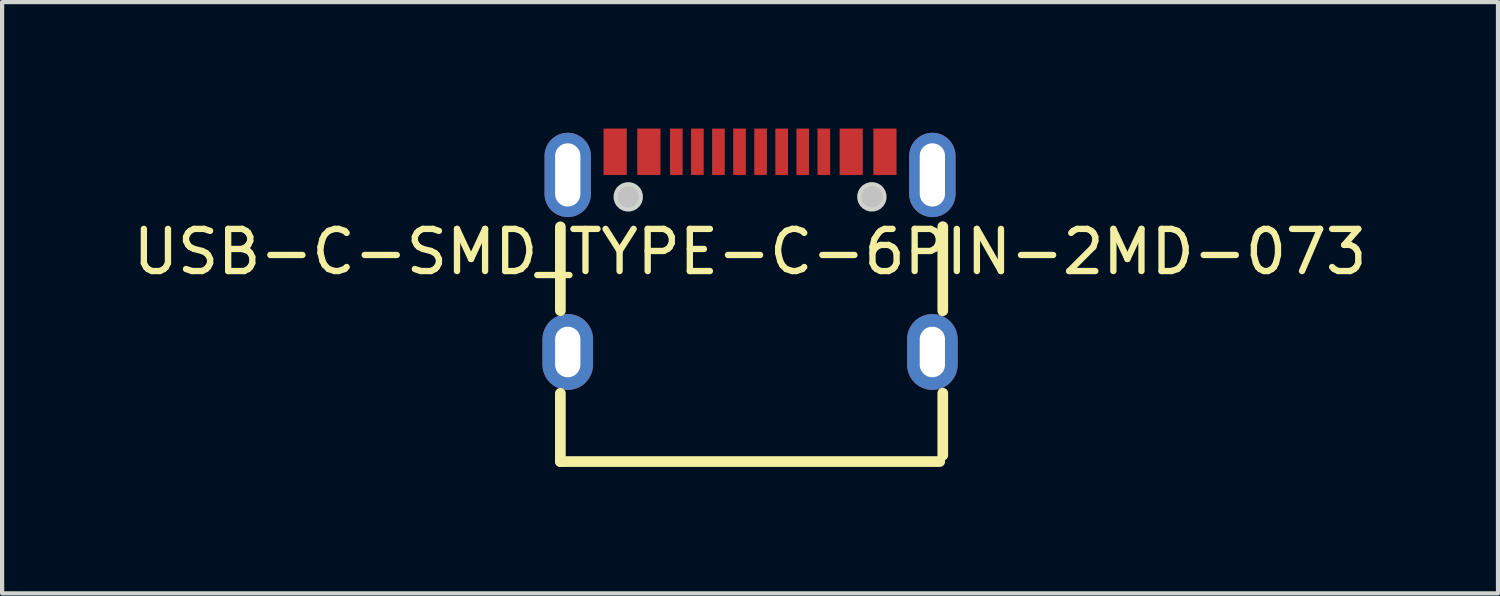
<source format=kicad_pcb>
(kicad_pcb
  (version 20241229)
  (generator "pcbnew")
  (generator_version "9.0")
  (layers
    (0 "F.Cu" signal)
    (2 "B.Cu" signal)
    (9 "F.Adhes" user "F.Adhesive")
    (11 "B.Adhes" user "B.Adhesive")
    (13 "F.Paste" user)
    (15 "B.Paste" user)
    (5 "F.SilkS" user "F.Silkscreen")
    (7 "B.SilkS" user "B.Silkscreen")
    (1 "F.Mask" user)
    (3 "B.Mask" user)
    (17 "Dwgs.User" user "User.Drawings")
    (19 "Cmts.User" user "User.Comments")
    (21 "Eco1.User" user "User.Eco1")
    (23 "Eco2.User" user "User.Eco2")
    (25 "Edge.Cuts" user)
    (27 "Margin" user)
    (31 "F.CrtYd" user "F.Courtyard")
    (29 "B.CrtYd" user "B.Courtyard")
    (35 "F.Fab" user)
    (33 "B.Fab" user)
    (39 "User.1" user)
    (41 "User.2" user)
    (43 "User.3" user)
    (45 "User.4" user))
  (footprint "USB-C-SMD_TYPE-C-6PIN-2MD-073"
    (layer "F.Cu")
    (at 14.744 2.925)
    (property "Reference" "USB-C-SMD_TYPE-C-6PIN-2MD-073" (at 0 0 0) (layer "F.SilkS") (effects (font (size 1 1) (thickness 0.15))))
    (fp_line (start -4.5 1.394) (end -4.5 -0.594) (stroke (width 0.254) (type default)) (layer "F.SilkS"))
    (fp_line (start -4.5 4.975) (end -4.5 3.356) (stroke (width 0.254) (type default)) (layer "F.SilkS"))
    (fp_line (start 4.5 4.975) (end -4.5 4.975) (stroke (width 0.254) (type default)) (layer "F.SilkS"))
    (fp_line (start 4.572 1.397) (end 4.572 -0.597) (stroke (width 0.254) (type default)) (layer "F.SilkS"))
    (fp_line (start 4.572 4.826) (end 4.572 3.353) (stroke (width 0.254) (type default)) (layer "F.SilkS"))
    (fp_poly (pts (xy -3.5 -2.925) (xy -3.5 -1.825) (xy -2.9 -1.825) (xy -2.9 -2.925)) (stroke (width 0) (type default)) (fill yes) (layer "F.Paste"))
    (fp_poly (pts (xy -2.7 -2.925) (xy -2.7 -1.825) (xy -2.1 -1.825) (xy -2.1 -2.925)) (stroke (width 0) (type default)) (fill yes) (layer "F.Paste"))
    (fp_poly (pts (xy -1.6 -1.825) (xy -1.6 -2.925) (xy -1.9 -2.925) (xy -1.9 -1.825)) (stroke (width 0) (type default)) (fill yes) (layer "F.Paste"))
    (fp_poly (pts (xy -1.1 -1.825) (xy -1.1 -2.925) (xy -1.4 -2.925) (xy -1.4 -1.825)) (stroke (width 0) (type default)) (fill yes) (layer "F.Paste"))
    (fp_poly (pts (xy -0.6 -1.825) (xy -0.6 -2.925) (xy -0.9 -2.925) (xy -0.9 -1.825)) (stroke (width 0) (type default)) (fill yes) (layer "F.Paste"))
    (fp_poly (pts (xy -0.1 -1.825) (xy -0.1 -2.925) (xy -0.4 -2.925) (xy -0.4 -1.825)) (stroke (width 0) (type default)) (fill yes) (layer "F.Paste"))
    (fp_poly (pts (xy 0.4 -1.825) (xy 0.4 -2.925) (xy 0.1 -2.925) (xy 0.1 -1.825)) (stroke (width 0) (type default)) (fill yes) (layer "F.Paste"))
    (fp_poly (pts (xy 0.9 -1.825) (xy 0.9 -2.925) (xy 0.6 -2.925) (xy 0.6 -1.825)) (stroke (width 0) (type default)) (fill yes) (layer "F.Paste"))
    (fp_poly (pts (xy 1.4 -1.825) (xy 1.4 -2.925) (xy 1.1 -2.925) (xy 1.1 -1.825)) (stroke (width 0) (type default)) (fill yes) (layer "F.Paste"))
    (fp_poly (pts (xy 1.6 -2.925) (xy 1.6 -1.825) (xy 1.9 -1.825) (xy 1.9 -2.925)) (stroke (width 0) (type default)) (fill yes) (layer "F.Paste"))
    (fp_poly (pts (xy 2.1 -2.925) (xy 2.1 -1.825) (xy 2.7 -1.825) (xy 2.7 -2.925)) (stroke (width 0) (type default)) (fill yes) (layer "F.Paste"))
    (fp_poly (pts (xy 3.5 -1.825) (xy 3.5 -2.925) (xy 2.9 -2.925) (xy 2.9 -1.825)) (stroke (width 0) (type default)) (fill yes) (layer "F.Paste"))
    (fp_poly (pts (xy -4.34 -2.825) (xy -4.37 -2.824) (xy -4.399 -2.821) (xy -4.429 -2.816) (xy -4.458 -2.81) (xy -4.487 -2.803) (xy -4.516 -2.794) (xy -4.544 -2.784) (xy -4.572 -2.772) (xy -4.598 -2.759) (xy -4.625 -2.744) (xy -4.651 -2.729) (xy -4.675 -2.712) (xy -4.699 -2.694) (xy -4.722 -2.675) (xy -4.744 -2.655) (xy -4.765 -2.633) (xy -4.785 -2.611) (xy -4.803 -2.587) (xy -4.821 -2.563) (xy -4.837 -2.538) (xy -4.852 -2.512) (xy -4.865 -2.486) (xy -4.878 -2.458) (xy -4.889 -2.43) (xy -4.899 -2.402) (xy -4.907 -2.373) (xy -4.913 -2.344) (xy -4.918 -2.314) (xy -4.922 -2.285) (xy -4.924 -2.255) (xy -4.925 -2.225) (xy -4.925 -1.425) (xy -4.924 -1.395) (xy -4.922 -1.365) (xy -4.918 -1.335) (xy -4.913 -1.306) (xy -4.907 -1.277) (xy -4.899 -1.248) (xy -4.889 -1.22) (xy -4.878 -1.192) (xy -4.865 -1.165) (xy -4.852 -1.138) (xy -4.837 -1.113) (xy -4.821 -1.087) (xy -4.803 -1.063) (xy -4.785 -1.04) (xy -4.765 -1.017) (xy -4.744 -0.996) (xy -4.722 -0.976) (xy -4.699 -0.956) (xy -4.675 -0.938) (xy -4.651 -0.921) (xy -4.625 -0.905) (xy -4.598 -0.891) (xy -4.572 -0.878) (xy -4.544 -0.867) (xy -4.516 -0.857) (xy -4.487 -0.848) (xy -4.458 -0.84) (xy -4.429 -0.834) (xy -4.399 -0.83) (xy -4.37 -0.827) (xy -4.34 -0.826) (xy -4.31 -0.826) (xy -4.28 -0.827) (xy -4.25 -0.83) (xy -4.221 -0.834) (xy -4.191 -0.84) (xy -4.162 -0.848) (xy -4.134 -0.857) (xy -4.106 -0.867) (xy -4.078 -0.878) (xy -4.051 -0.891) (xy -4.025 -0.905) (xy -3.999 -0.921) (xy -3.974 -0.938) (xy -3.951 -0.956) (xy -3.928 -0.976) (xy -3.906 -0.996) (xy -3.885 -1.017) (xy -3.865 -1.04) (xy -3.846 -1.063) (xy -3.829 -1.087) (xy -3.813 -1.113) (xy -3.798 -1.138) (xy -3.784 -1.165) (xy -3.772 -1.192) (xy -3.761 -1.22) (xy -3.752 -1.248) (xy -3.744 -1.277) (xy -3.737 -1.306) (xy -3.732 -1.335) (xy -3.728 -1.365) (xy -3.725 -1.395) (xy -3.725 -1.425) (xy -3.725 -2.225) (xy -3.725 -2.255) (xy -3.728 -2.285) (xy -3.732 -2.314) (xy -3.737 -2.344) (xy -3.744 -2.373) (xy -3.752 -2.402) (xy -3.761 -2.43) (xy -3.772 -2.458) (xy -3.784 -2.486) (xy -3.798 -2.512) (xy -3.813 -2.538) (xy -3.829 -2.563) (xy -3.846 -2.587) (xy -3.865 -2.611) (xy -3.885 -2.633) (xy -3.906 -2.655) (xy -3.928 -2.675) (xy -3.951 -2.694) (xy -3.974 -2.712) (xy -3.999 -2.729) (xy -4.025 -2.744) (xy -4.051 -2.759) (xy -4.078 -2.772) (xy -4.106 -2.784) (xy -4.134 -2.794) (xy -4.162 -2.803) (xy -4.191 -2.81) (xy -4.221 -2.816) (xy -4.25 -2.821) (xy -4.28 -2.824) (xy -4.31 -2.825)) (stroke (width 0) (type default)) (fill yes) (layer "F.Paste"))
    (fp_poly (pts (xy -4.28 1.627) (xy -4.31 1.625) (xy -4.34 1.625) (xy -4.37 1.627) (xy -4.399 1.629) (xy -4.429 1.634) (xy -4.458 1.64) (xy -4.487 1.647) (xy -4.516 1.657) (xy -4.544 1.667) (xy -4.572 1.678) (xy -4.598 1.691) (xy -4.625 1.706) (xy -4.651 1.721) (xy -4.675 1.738) (xy -4.699 1.756) (xy -4.722 1.775) (xy -4.744 1.796) (xy -4.765 1.817) (xy -4.785 1.839) (xy -4.803 1.863) (xy -4.821 1.887) (xy -4.837 1.912) (xy -4.852 1.938) (xy -4.865 1.964) (xy -4.878 1.992) (xy -4.889 2.02) (xy -4.899 2.048) (xy -4.907 2.077) (xy -4.913 2.106) (xy -4.918 2.135) (xy -4.922 2.166) (xy -4.924 2.195) (xy -4.925 2.225) (xy -4.925 2.525) (xy -4.924 2.555) (xy -4.922 2.585) (xy -4.918 2.615) (xy -4.913 2.644) (xy -4.907 2.673) (xy -4.899 2.702) (xy -4.889 2.73) (xy -4.878 2.758) (xy -4.865 2.785) (xy -4.852 2.812) (xy -4.837 2.838) (xy -4.821 2.863) (xy -4.803 2.888) (xy -4.785 2.91) (xy -4.765 2.933) (xy -4.744 2.954) (xy -4.722 2.975) (xy -4.699 2.994) (xy -4.675 3.012) (xy -4.651 3.029) (xy -4.625 3.045) (xy -4.598 3.059) (xy -4.572 3.072) (xy -4.544 3.083) (xy -4.516 3.094) (xy -4.487 3.103) (xy -4.458 3.11) (xy -4.429 3.116) (xy -4.399 3.12) (xy -4.37 3.123) (xy -4.34 3.125) (xy -4.31 3.125) (xy -4.28 3.123) (xy -4.25 3.12) (xy -4.221 3.116) (xy -4.191 3.11) (xy -4.162 3.103) (xy -4.134 3.094) (xy -4.106 3.083) (xy -4.078 3.072) (xy -4.051 3.059) (xy -4.025 3.045) (xy -3.999 3.029) (xy -3.974 3.012) (xy -3.951 2.994) (xy -3.928 2.975) (xy -3.906 2.954) (xy -3.885 2.933) (xy -3.865 2.91) (xy -3.846 2.888) (xy -3.829 2.863) (xy -3.813 2.838) (xy -3.798 2.812) (xy -3.784 2.785) (xy -3.772 2.758) (xy -3.761 2.73) (xy -3.752 2.702) (xy -3.744 2.673) (xy -3.737 2.644) (xy -3.732 2.615) (xy -3.728 2.585) (xy -3.725 2.555) (xy -3.725 2.525) (xy -3.725 2.225) (xy -3.725 2.195) (xy -3.728 2.166) (xy -3.732 2.135) (xy -3.737 2.106) (xy -3.744 2.077) (xy -3.752 2.048) (xy -3.761 2.02) (xy -3.772 1.992) (xy -3.784 1.964) (xy -3.798 1.938) (xy -3.813 1.912) (xy -3.829 1.887) (xy -3.846 1.863) (xy -3.865 1.839) (xy -3.885 1.817) (xy -3.906 1.796) (xy -3.928 1.775) (xy -3.951 1.756) (xy -3.974 1.738) (xy -3.999 1.721) (xy -4.025 1.706) (xy -4.051 1.691) (xy -4.078 1.678) (xy -4.106 1.667) (xy -4.134 1.657) (xy -4.162 1.647) (xy -4.191 1.64) (xy -4.221 1.634) (xy -4.25 1.629)) (stroke (width 0) (type default)) (fill yes) (layer "F.Paste"))
    (fp_poly (pts (xy 4.31 1.625) (xy 4.28 1.627) (xy 4.25 1.629) (xy 4.221 1.634) (xy 4.191 1.64) (xy 4.162 1.647) (xy 4.134 1.657) (xy 4.106 1.667) (xy 4.078 1.678) (xy 4.051 1.691) (xy 4.025 1.706) (xy 3.999 1.721) (xy 3.974 1.738) (xy 3.951 1.756) (xy 3.928 1.775) (xy 3.906 1.796) (xy 3.885 1.817) (xy 3.865 1.839) (xy 3.846 1.863) (xy 3.829 1.887) (xy 3.813 1.912) (xy 3.798 1.938) (xy 3.784 1.964) (xy 3.772 1.992) (xy 3.761 2.02) (xy 3.752 2.048) (xy 3.744 2.077) (xy 3.737 2.106) (xy 3.732 2.135) (xy 3.728 2.166) (xy 3.725 2.195) (xy 3.725 2.225) (xy 3.725 2.525) (xy 3.725 2.555) (xy 3.728 2.585) (xy 3.732 2.615) (xy 3.737 2.644) (xy 3.744 2.673) (xy 3.752 2.702) (xy 3.761 2.73) (xy 3.772 2.758) (xy 3.784 2.785) (xy 3.798 2.812) (xy 3.813 2.838) (xy 3.829 2.863) (xy 3.846 2.888) (xy 3.865 2.91) (xy 3.885 2.933) (xy 3.906 2.954) (xy 3.928 2.975) (xy 3.951 2.994) (xy 3.974 3.012) (xy 3.999 3.029) (xy 4.025 3.045) (xy 4.051 3.059) (xy 4.078 3.072) (xy 4.106 3.083) (xy 4.134 3.094) (xy 4.162 3.103) (xy 4.191 3.11) (xy 4.221 3.116) (xy 4.25 3.12) (xy 4.28 3.123) (xy 4.31 3.125) (xy 4.34 3.125) (xy 4.37 3.123) (xy 4.399 3.12) (xy 4.429 3.116) (xy 4.458 3.11) (xy 4.487 3.103) (xy 4.516 3.094) (xy 4.544 3.083) (xy 4.572 3.072) (xy 4.598 3.059) (xy 4.625 3.045) (xy 4.651 3.029) (xy 4.675 3.012) (xy 4.699 2.994) (xy 4.722 2.975) (xy 4.744 2.954) (xy 4.765 2.933) (xy 4.785 2.91) (xy 4.803 2.888) (xy 4.821 2.863) (xy 4.837 2.838) (xy 4.852 2.812) (xy 4.865 2.785) (xy 4.878 2.758) (xy 4.889 2.73) (xy 4.899 2.702) (xy 4.907 2.673) (xy 4.913 2.644) (xy 4.918 2.615) (xy 4.922 2.585) (xy 4.924 2.555) (xy 4.925 2.525) (xy 4.925 2.225) (xy 4.924 2.195) (xy 4.922 2.166) (xy 4.918 2.135) (xy 4.913 2.106) (xy 4.907 2.077) (xy 4.899 2.048) (xy 4.889 2.02) (xy 4.878 1.992) (xy 4.865 1.964) (xy 4.852 1.938) (xy 4.837 1.912) (xy 4.821 1.887) (xy 4.803 1.863) (xy 4.785 1.839) (xy 4.765 1.817) (xy 4.744 1.796) (xy 4.722 1.775) (xy 4.699 1.756) (xy 4.675 1.738) (xy 4.651 1.721) (xy 4.625 1.706) (xy 4.598 1.691) (xy 4.572 1.678) (xy 4.544 1.667) (xy 4.516 1.657) (xy 4.487 1.647) (xy 4.458 1.64) (xy 4.429 1.634) (xy 4.399 1.629) (xy 4.37 1.627) (xy 4.34 1.625)) (stroke (width 0) (type default)) (fill yes) (layer "F.Paste"))
    (fp_poly (pts (xy 4.37 -2.824) (xy 4.34 -2.825) (xy 4.31 -2.825) (xy 4.28 -2.824) (xy 4.25 -2.821) (xy 4.221 -2.816) (xy 4.191 -2.81) (xy 4.162 -2.803) (xy 4.134 -2.794) (xy 4.106 -2.784) (xy 4.078 -2.772) (xy 4.051 -2.759) (xy 4.025 -2.744) (xy 3.999 -2.729) (xy 3.974 -2.712) (xy 3.951 -2.694) (xy 3.928 -2.675) (xy 3.906 -2.655) (xy 3.885 -2.633) (xy 3.865 -2.611) (xy 3.846 -2.587) (xy 3.829 -2.563) (xy 3.813 -2.538) (xy 3.798 -2.512) (xy 3.784 -2.486) (xy 3.772 -2.458) (xy 3.761 -2.43) (xy 3.752 -2.402) (xy 3.744 -2.373) (xy 3.737 -2.344) (xy 3.732 -2.314) (xy 3.728 -2.285) (xy 3.725 -2.255) (xy 3.725 -2.225) (xy 3.725 -1.425) (xy 3.725 -1.395) (xy 3.728 -1.365) (xy 3.732 -1.335) (xy 3.737 -1.306) (xy 3.744 -1.277) (xy 3.752 -1.248) (xy 3.761 -1.22) (xy 3.772 -1.192) (xy 3.784 -1.165) (xy 3.798 -1.138) (xy 3.813 -1.113) (xy 3.829 -1.087) (xy 3.846 -1.063) (xy 3.865 -1.04) (xy 3.885 -1.017) (xy 3.906 -0.996) (xy 3.928 -0.976) (xy 3.951 -0.956) (xy 3.974 -0.938) (xy 3.999 -0.921) (xy 4.025 -0.905) (xy 4.051 -0.891) (xy 4.078 -0.878) (xy 4.106 -0.867) (xy 4.134 -0.857) (xy 4.162 -0.848) (xy 4.191 -0.84) (xy 4.221 -0.834) (xy 4.25 -0.83) (xy 4.28 -0.827) (xy 4.31 -0.826) (xy 4.34 -0.826) (xy 4.37 -0.827) (xy 4.399 -0.83) (xy 4.429 -0.834) (xy 4.458 -0.84) (xy 4.487 -0.848) (xy 4.516 -0.857) (xy 4.544 -0.867) (xy 4.572 -0.878) (xy 4.598 -0.891) (xy 4.625 -0.905) (xy 4.651 -0.921) (xy 4.675 -0.938) (xy 4.699 -0.956) (xy 4.722 -0.976) (xy 4.744 -0.996) (xy 4.765 -1.017) (xy 4.785 -1.04) (xy 4.803 -1.063) (xy 4.821 -1.087) (xy 4.837 -1.113) (xy 4.852 -1.138) (xy 4.865 -1.165) (xy 4.878 -1.192) (xy 4.889 -1.22) (xy 4.899 -1.248) (xy 4.907 -1.277) (xy 4.913 -1.306) (xy 4.918 -1.335) (xy 4.922 -1.365) (xy 4.924 -1.395) (xy 4.925 -1.425) (xy 4.925 -2.225) (xy 4.924 -2.255) (xy 4.922 -2.285) (xy 4.918 -2.314) (xy 4.913 -2.344) (xy 4.907 -2.373) (xy 4.899 -2.402) (xy 4.889 -2.43) (xy 4.878 -2.458) (xy 4.865 -2.486) (xy 4.852 -2.512) (xy 4.837 -2.538) (xy 4.821 -2.563) (xy 4.803 -2.587) (xy 4.785 -2.611) (xy 4.765 -2.633) (xy 4.744 -2.655) (xy 4.722 -2.675) (xy 4.699 -2.694) (xy 4.675 -2.712) (xy 4.651 -2.729) (xy 4.625 -2.744) (xy 4.598 -2.759) (xy 4.572 -2.772) (xy 4.544 -2.784) (xy 4.516 -2.794) (xy 4.487 -2.803) (xy 4.458 -2.81) (xy 4.429 -2.816) (xy 4.399 -2.821)) (stroke (width 0) (type default)) (fill yes) (layer "F.Paste"))
    (fp_circle (center -2.89 -1.305) (end -2.765 -1.305) (stroke (width 0.25) (type default)) (fill no) (layer "Dwgs.User"))
    (fp_circle (center 2.89 -1.305) (end 3.015 -1.305) (stroke (width 0.25) (type default)) (fill no) (layer "Dwgs.User"))
    (fp_poly (pts (xy -2.543 -1.351) (xy -2.567 -1.439) (xy -2.612 -1.518) (xy -2.677 -1.583) (xy -2.756 -1.628) (xy -2.844 -1.652) (xy -2.936 -1.652) (xy -3.024 -1.628) (xy -3.103 -1.583) (xy -3.168 -1.518) (xy -3.213 -1.439) (xy -3.237 -1.351) (xy -3.237 -1.259) (xy -3.213 -1.171) (xy -3.168 -1.092) (xy -3.103 -1.027) (xy -3.024 -0.982) (xy -2.936 -0.958) (xy -2.844 -0.958) (xy -2.756 -0.982) (xy -2.677 -1.027) (xy -2.612 -1.092) (xy -2.567 -1.171) (xy -2.543 -1.259)) (stroke (width 0) (type default)) (fill yes) (layer "Edge.Cuts"))
    (fp_poly (pts (xy 3.237 -1.351) (xy 3.213 -1.439) (xy 3.168 -1.518) (xy 3.103 -1.583) (xy 3.024 -1.628) (xy 2.936 -1.652) (xy 2.844 -1.652) (xy 2.756 -1.628) (xy 2.677 -1.583) (xy 2.612 -1.518) (xy 2.567 -1.439) (xy 2.543 -1.351) (xy 2.543 -1.259) (xy 2.567 -1.171) (xy 2.612 -1.092) (xy 2.677 -1.027) (xy 2.756 -0.982) (xy 2.844 -0.958) (xy 2.936 -0.958) (xy 3.024 -0.982) (xy 3.103 -1.027) (xy 3.168 -1.092) (xy 3.213 -1.171) (xy 3.237 -1.259)) (stroke (width 0) (type default)) (fill yes) (layer "Edge.Cuts"))
    (fp_poly (pts (xy -4.45 -2.349) (xy -4.2 -2.349) (xy -4.2 -1.249) (xy -4.45 -1.249)) (stroke (width 0.1) (type default)) (fill no) (layer "User.1"))
    (fp_poly (pts (xy -4.45 2.025) (xy -4.2 2.025) (xy -4.2 2.725) (xy -4.45 2.725)) (stroke (width 0.1) (type default)) (fill no) (layer "User.1"))
    (fp_poly (pts (xy -3.4 -2.649) (xy -3 -2.649) (xy -3 -1.799) (xy -3.4 -1.799)) (stroke (width 0.1) (type default)) (fill no) (layer "User.1"))
    (fp_poly (pts (xy -2.6 -2.649) (xy -2.2 -2.649) (xy -2.2 -1.799) (xy -2.6 -1.799)) (stroke (width 0.1) (type default)) (fill no) (layer "User.1"))
    (fp_poly (pts (xy -1.85 -2.649) (xy -1.65 -2.649) (xy -1.65 -1.799) (xy -1.85 -1.799)) (stroke (width 0.1) (type default)) (fill no) (layer "User.1"))
    (fp_poly (pts (xy -1.35 -2.649) (xy -1.15 -2.649) (xy -1.15 -1.799) (xy -1.35 -1.799)) (stroke (width 0.1) (type default)) (fill no) (layer "User.1"))
    (fp_poly (pts (xy -0.85 -2.649) (xy -0.65 -2.649) (xy -0.65 -1.799) (xy -0.85 -1.799)) (stroke (width 0.1) (type default)) (fill no) (layer "User.1"))
    (fp_poly (pts (xy -0.35 -2.649) (xy -0.15 -2.649) (xy -0.15 -1.799) (xy -0.35 -1.799)) (stroke (width 0.1) (type default)) (fill no) (layer "User.1"))
    (fp_poly (pts (xy 0.15 -2.649) (xy 0.35 -2.649) (xy 0.35 -1.799) (xy 0.15 -1.799)) (stroke (width 0.1) (type default)) (fill no) (layer "User.1"))
    (fp_poly (pts (xy 0.65 -2.649) (xy 0.85 -2.649) (xy 0.85 -1.799) (xy 0.65 -1.799)) (stroke (width 0.1) (type default)) (fill no) (layer "User.1"))
    (fp_poly (pts (xy 1.15 -2.649) (xy 1.35 -2.649) (xy 1.35 -1.799) (xy 1.15 -1.799)) (stroke (width 0.1) (type default)) (fill no) (layer "User.1"))
    (fp_poly (pts (xy 1.65 -2.649) (xy 1.85 -2.649) (xy 1.85 -1.799) (xy 1.65 -1.799)) (stroke (width 0.1) (type default)) (fill no) (layer "User.1"))
    (fp_poly (pts (xy 2.2 -2.649) (xy 2.6 -2.649) (xy 2.6 -1.799) (xy 2.2 -1.799)) (stroke (width 0.1) (type default)) (fill no) (layer "User.1"))
    (fp_poly (pts (xy 3 -2.649) (xy 3.4 -2.649) (xy 3.4 -1.799) (xy 3 -1.799)) (stroke (width 0.1) (type default)) (fill no) (layer "User.1"))
    (fp_poly (pts (xy 4.2 -2.349) (xy 4.45 -2.349) (xy 4.45 -1.249) (xy 4.2 -1.249)) (stroke (width 0.1) (type default)) (fill no) (layer "User.1"))
    (fp_poly (pts (xy 4.2 2.025) (xy 4.45 2.025) (xy 4.45 2.725) (xy 4.2 2.725)) (stroke (width 0.1) (type default)) (fill no) (layer "User.1"))
    (fp_line (start -4.45 -2.349) (end 4.45 -2.349) (stroke (width 0.051) (type default)) (layer "User.2"))
    (fp_line (start -4.45 5.001) (end -4.45 -2.349) (stroke (width 0.051) (type default)) (layer "User.2"))
    (fp_line (start 4.45 -2.349) (end 4.45 5.001) (stroke (width 0.051) (type default)) (layer "User.2"))
    (fp_line (start 4.45 5.001) (end -4.45 5.001) (stroke (width 0.051) (type default)) (layer "User.2"))
    (fp_poly (pts (xy -4.395 -2.672) (xy -4.427 -2.704) (xy -4.473 -2.704) (xy -4.505 -2.672) (xy -4.505 -2.626) (xy -4.473 -2.594) (xy -4.427 -2.594) (xy -4.395 -2.626)) (stroke (width 0.1) (type default)) (fill no) (layer "User.3"))
    (pad "1" smd rect (at -3.2 -2.375) (size 0.55 1.1) (layers "F.Cu" "F.Mask" "F.Paste"))
    (pad "2" smd rect (at -2.4 -2.375) (size 0.55 1.1) (layers "F.Cu" "F.Mask" "F.Paste"))
    (pad "3" smd rect (at -1.75 -2.375) (size 0.3 1.1) (layers "F.Cu" "F.Mask" "F.Paste"))
    (pad "4" smd rect (at -1.25 -2.375) (size 0.3 1.1) (layers "F.Cu" "F.Mask" "F.Paste"))
    (pad "5" smd rect (at -0.75 -2.375) (size 0.3 1.1) (layers "F.Cu" "F.Mask" "F.Paste"))
    (pad "6" smd rect (at -0.25 -2.375) (size 0.3 1.1) (layers "F.Cu" "F.Mask" "F.Paste"))
    (pad "7" smd rect (at 0.25 -2.375) (size 0.3 1.1) (layers "F.Cu" "F.Mask" "F.Paste"))
    (pad "8" smd rect (at 0.75 -2.375) (size 0.3 1.1) (layers "F.Cu" "F.Mask" "F.Paste"))
    (pad "9" smd rect (at 1.25 -2.375) (size 0.3 1.1) (layers "F.Cu" "F.Mask" "F.Paste"))
    (pad "10" smd rect (at 1.75 -2.375) (size 0.3 1.1) (layers "F.Cu" "F.Mask" "F.Paste"))
    (pad "11" smd rect (at 2.4 -2.375) (size 0.55 1.1) (layers "F.Cu" "F.Mask" "F.Paste"))
    (pad "12" smd rect (at 3.2 -2.375) (size 0.55 1.1) (layers "F.Cu" "F.Mask" "F.Paste"))
    (pad "13" thru_hole oval (at -4.325 -1.825) (size 1.1 2) (drill oval 0.6 1.5) (layers "*.Cu" "*.Mask"))
    (pad "13" thru_hole oval (at -4.325 2.375) (size 1.2 1.8) (drill oval 0.6 1.2) (layers "*.Cu" "*.Mask"))
    (pad "14" thru_hole oval (at 4.325 -1.825) (size 1.1 2) (drill oval 0.6 1.5) (layers "*.Cu" "*.Mask"))
    (pad "14" thru_hole oval (at 4.325 2.375) (size 1.2 1.8) (drill oval 0.6 1.2) (layers "*.Cu" "*.Mask")))
  (gr_rect
    (start -3 -3)
    (end 32.488 11.027)
    (stroke (width 0.1) (type default))
    (fill no)
    (layer "Edge.Cuts")))
</source>
